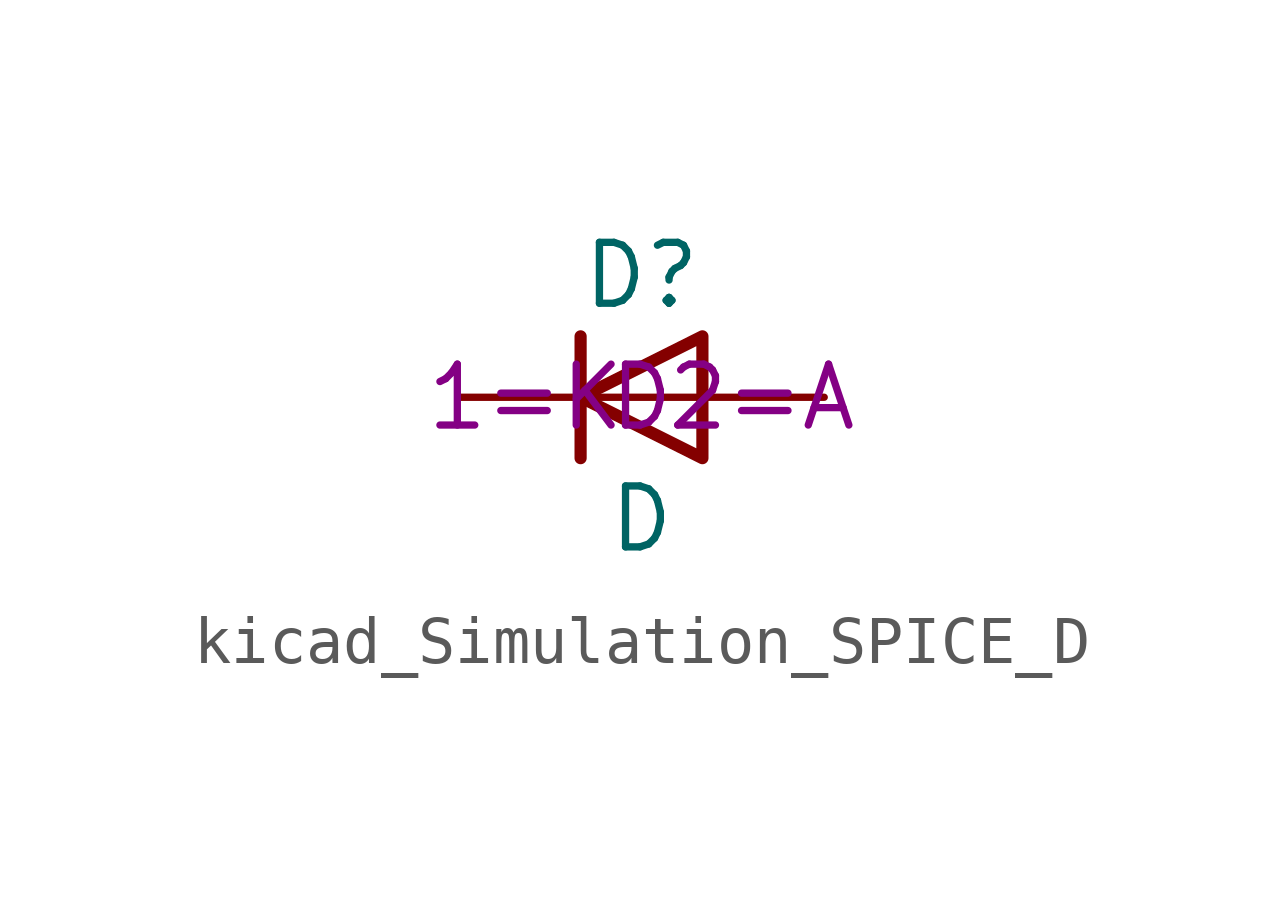
<source format=kicad_sym>
(kicad_symbol_lib
  (version 20220914)
  (generator kicad_symbol_editor)
  (symbol "kicad_Simulation_SPICE_D"
    (pin_numbers hide)
    (pin_names
      (offset 1.016) hide)
    (property "Reference" "D"
      (at 0 2.54 0)
      (effects (font (size 1.27 1.27))))
    (property "Value" "D"
      (at 0 -2.54 0)
      (effects (font (size 1.27 1.27))))
    (property "Sim.Device" "D"
      (at 0 0 0)
      (effects (font (size 1.27 1.27))))
    (property "Sim.Pins" "1=K 2=A"
      (at 0 0 0)
      (effects (font (size 1.27 1.27))))
    (symbol "kicad_Simulation_SPICE_D_0_1"
      (polyline (pts (xy -1.27 1.27) (xy -1.27 -1.27)) (stroke (width 0.254) (type default)) (fill (type none)))
      (polyline (pts (xy 1.27 0) (xy -1.27 0)) (stroke (width 0) (type default)) (fill (type none)))
      (polyline (pts (xy 1.27 1.27) (xy 1.27 -1.27) (xy -1.27 0) (xy 1.27 1.27)) (stroke (width 0.254) (type default)) (fill (type none))))
    (symbol "kicad_Simulation_SPICE_D_1_1"
      (pin passive line (at -3.81 0 0) (length 2.54) (name "K" (effects (font (size 1.27 1.27)))) (number "1" (effects (font (size 1.27 1.27)))))
      (pin passive line (at 3.81 0 180) (length 2.54) (name "A" (effects (font (size 1.27 1.27)))) (number "2" (effects (font (size 1.27 1.27))))))))
</source>
